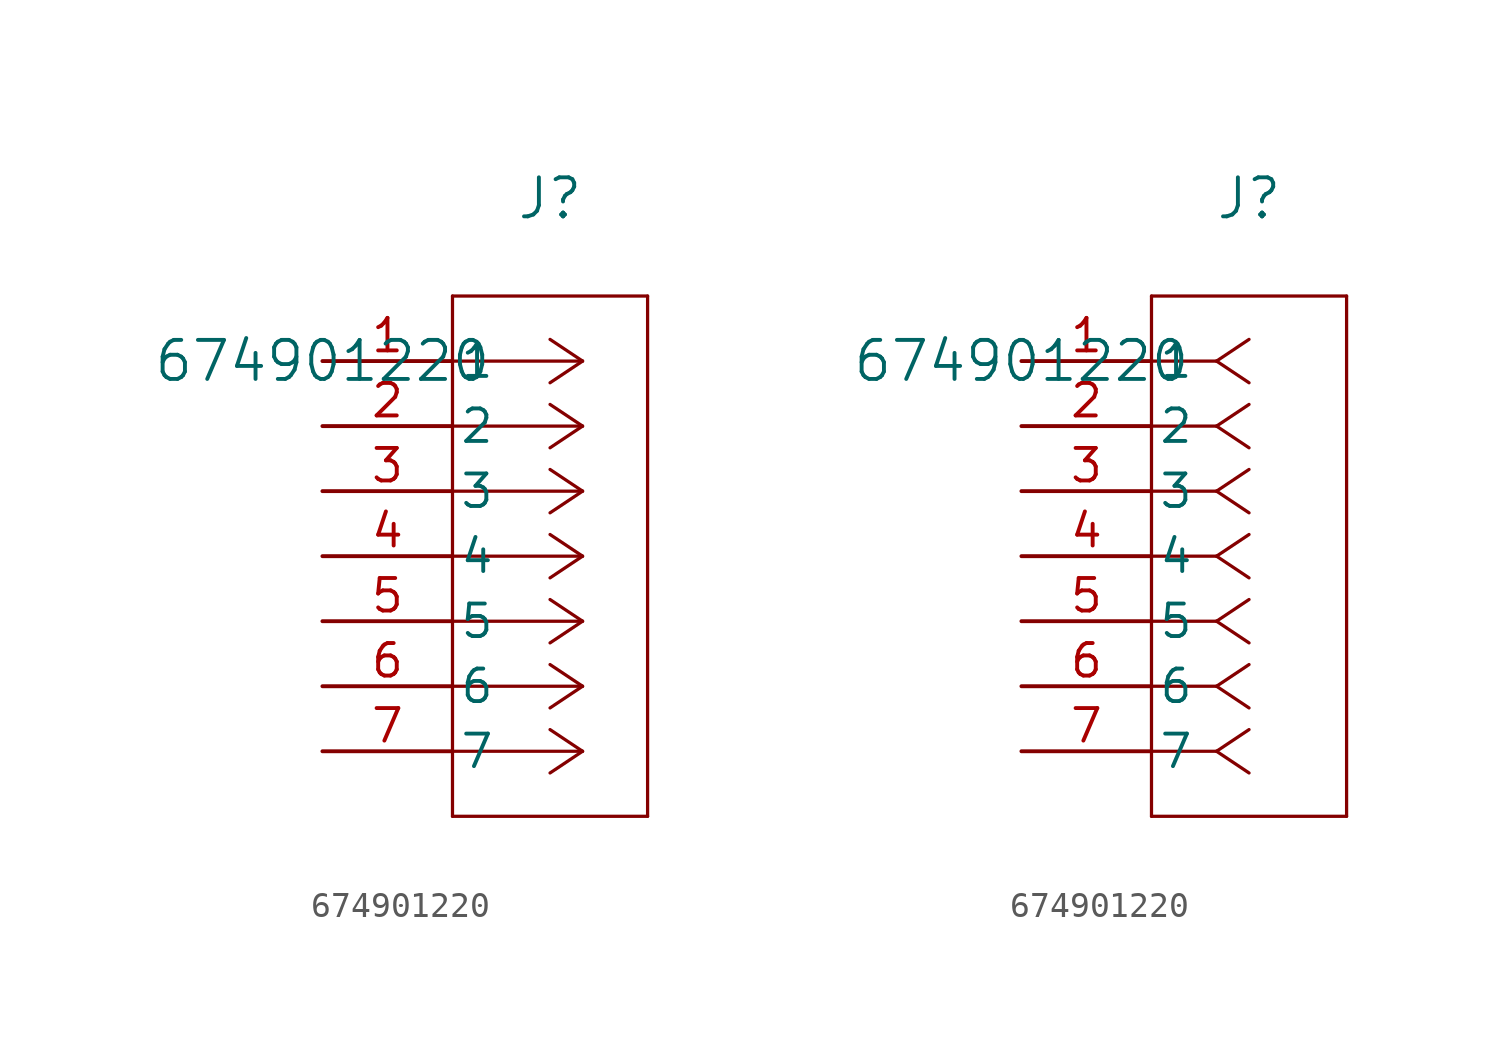
<source format=kicad_sym>
(kicad_symbol_lib
  (version 20211014)
  (generator kicad_symbol_editor)
  (symbol "674901220"
    (pin_names
      (offset 0.254))
    (property "Reference" "J"
      (at 8.89 6.35 0)
      (effects (font (size 1.524 1.524))))
    (property "Value" "674901220"
      (at 0 0 0)
      (effects (font (size 1.524 1.524))))
    (symbol "674901220_1_1"
      (polyline (pts (xy 10.16 0) (xy 5.08 0)) (stroke (width 0.127) (type default) (color 0 0 0 0)) (fill (type none)))
      (polyline (pts (xy 10.16 -2.54) (xy 5.08 -2.54)) (stroke (width 0.127) (type default) (color 0 0 0 0)) (fill (type none)))
      (polyline (pts (xy 10.16 -5.08) (xy 5.08 -5.08)) (stroke (width 0.127) (type default) (color 0 0 0 0)) (fill (type none)))
      (polyline (pts (xy 10.16 -7.62) (xy 5.08 -7.62)) (stroke (width 0.127) (type default) (color 0 0 0 0)) (fill (type none)))
      (polyline (pts (xy 10.16 -10.16) (xy 5.08 -10.16)) (stroke (width 0.127) (type default) (color 0 0 0 0)) (fill (type none)))
      (polyline (pts (xy 10.16 -12.7) (xy 5.08 -12.7)) (stroke (width 0.127) (type default) (color 0 0 0 0)) (fill (type none)))
      (polyline (pts (xy 10.16 -15.24) (xy 5.08 -15.24)) (stroke (width 0.127) (type default) (color 0 0 0 0)) (fill (type none)))
      (polyline (pts (xy 10.16 0) (xy 8.89 0.847)) (stroke (width 0.127) (type default) (color 0 0 0 0)) (fill (type none)))
      (polyline (pts (xy 10.16 -2.54) (xy 8.89 -1.693)) (stroke (width 0.127) (type default) (color 0 0 0 0)) (fill (type none)))
      (polyline (pts (xy 10.16 -5.08) (xy 8.89 -4.233)) (stroke (width 0.127) (type default) (color 0 0 0 0)) (fill (type none)))
      (polyline (pts (xy 10.16 -7.62) (xy 8.89 -6.773)) (stroke (width 0.127) (type default) (color 0 0 0 0)) (fill (type none)))
      (polyline (pts (xy 10.16 -10.16) (xy 8.89 -9.313)) (stroke (width 0.127) (type default) (color 0 0 0 0)) (fill (type none)))
      (polyline (pts (xy 10.16 -12.7) (xy 8.89 -11.853)) (stroke (width 0.127) (type default) (color 0 0 0 0)) (fill (type none)))
      (polyline (pts (xy 10.16 -15.24) (xy 8.89 -14.393)) (stroke (width 0.127) (type default) (color 0 0 0 0)) (fill (type none)))
      (polyline (pts (xy 10.16 0) (xy 8.89 -0.847)) (stroke (width 0.127) (type default) (color 0 0 0 0)) (fill (type none)))
      (polyline (pts (xy 10.16 -2.54) (xy 8.89 -3.387)) (stroke (width 0.127) (type default) (color 0 0 0 0)) (fill (type none)))
      (polyline (pts (xy 10.16 -5.08) (xy 8.89 -5.927)) (stroke (width 0.127) (type default) (color 0 0 0 0)) (fill (type none)))
      (polyline (pts (xy 10.16 -7.62) (xy 8.89 -8.467)) (stroke (width 0.127) (type default) (color 0 0 0 0)) (fill (type none)))
      (polyline (pts (xy 10.16 -10.16) (xy 8.89 -11.007)) (stroke (width 0.127) (type default) (color 0 0 0 0)) (fill (type none)))
      (polyline (pts (xy 10.16 -12.7) (xy 8.89 -13.547)) (stroke (width 0.127) (type default) (color 0 0 0 0)) (fill (type none)))
      (polyline (pts (xy 10.16 -15.24) (xy 8.89 -16.087)) (stroke (width 0.127) (type default) (color 0 0 0 0)) (fill (type none)))
      (polyline (pts (xy 5.08 2.54) (xy 5.08 -17.78)) (stroke (width 0.127) (type default) (color 0 0 0 0)) (fill (type none)))
      (polyline (pts (xy 5.08 -17.78) (xy 12.7 -17.78)) (stroke (width 0.127) (type default) (color 0 0 0 0)) (fill (type none)))
      (polyline (pts (xy 12.7 -17.78) (xy 12.7 2.54)) (stroke (width 0.127) (type default) (color 0 0 0 0)) (fill (type none)))
      (polyline (pts (xy 12.7 2.54) (xy 5.08 2.54)) (stroke (width 0.127) (type default) (color 0 0 0 0)) (fill (type none)))
      (pin unspecified line (at 0 0 0) (length 5.08) (name "1" (effects (font (size 1.27 1.27)))) (number "1" (effects (font (size 1.27 1.27)))))
      (pin unspecified line (at 0 -2.54 0) (length 5.08) (name "2" (effects (font (size 1.27 1.27)))) (number "2" (effects (font (size 1.27 1.27)))))
      (pin unspecified line (at 0 -5.08 0) (length 5.08) (name "3" (effects (font (size 1.27 1.27)))) (number "3" (effects (font (size 1.27 1.27)))))
      (pin unspecified line (at 0 -7.62 0) (length 5.08) (name "4" (effects (font (size 1.27 1.27)))) (number "4" (effects (font (size 1.27 1.27)))))
      (pin unspecified line (at 0 -10.16 0) (length 5.08) (name "5" (effects (font (size 1.27 1.27)))) (number "5" (effects (font (size 1.27 1.27)))))
      (pin unspecified line (at 0 -12.7 0) (length 5.08) (name "6" (effects (font (size 1.27 1.27)))) (number "6" (effects (font (size 1.27 1.27)))))
      (pin unspecified line (at 0 -15.24 0) (length 5.08) (name "7" (effects (font (size 1.27 1.27)))) (number "7" (effects (font (size 1.27 1.27))))))
    (symbol "674901220_1_2"
      (polyline (pts (xy 7.62 0) (xy 5.08 0)) (stroke (width 0.127) (type default) (color 0 0 0 0)) (fill (type none)))
      (polyline (pts (xy 7.62 -2.54) (xy 5.08 -2.54)) (stroke (width 0.127) (type default) (color 0 0 0 0)) (fill (type none)))
      (polyline (pts (xy 7.62 -5.08) (xy 5.08 -5.08)) (stroke (width 0.127) (type default) (color 0 0 0 0)) (fill (type none)))
      (polyline (pts (xy 7.62 -7.62) (xy 5.08 -7.62)) (stroke (width 0.127) (type default) (color 0 0 0 0)) (fill (type none)))
      (polyline (pts (xy 7.62 -10.16) (xy 5.08 -10.16)) (stroke (width 0.127) (type default) (color 0 0 0 0)) (fill (type none)))
      (polyline (pts (xy 7.62 -12.7) (xy 5.08 -12.7)) (stroke (width 0.127) (type default) (color 0 0 0 0)) (fill (type none)))
      (polyline (pts (xy 7.62 -15.24) (xy 5.08 -15.24)) (stroke (width 0.127) (type default) (color 0 0 0 0)) (fill (type none)))
      (polyline (pts (xy 7.62 0) (xy 8.89 0.847)) (stroke (width 0.127) (type default) (color 0 0 0 0)) (fill (type none)))
      (polyline (pts (xy 7.62 -2.54) (xy 8.89 -1.693)) (stroke (width 0.127) (type default) (color 0 0 0 0)) (fill (type none)))
      (polyline (pts (xy 7.62 -5.08) (xy 8.89 -4.233)) (stroke (width 0.127) (type default) (color 0 0 0 0)) (fill (type none)))
      (polyline (pts (xy 7.62 -7.62) (xy 8.89 -6.773)) (stroke (width 0.127) (type default) (color 0 0 0 0)) (fill (type none)))
      (polyline (pts (xy 7.62 -10.16) (xy 8.89 -9.313)) (stroke (width 0.127) (type default) (color 0 0 0 0)) (fill (type none)))
      (polyline (pts (xy 7.62 -12.7) (xy 8.89 -11.853)) (stroke (width 0.127) (type default) (color 0 0 0 0)) (fill (type none)))
      (polyline (pts (xy 7.62 -15.24) (xy 8.89 -14.393)) (stroke (width 0.127) (type default) (color 0 0 0 0)) (fill (type none)))
      (polyline (pts (xy 7.62 0) (xy 8.89 -0.847)) (stroke (width 0.127) (type default) (color 0 0 0 0)) (fill (type none)))
      (polyline (pts (xy 7.62 -2.54) (xy 8.89 -3.387)) (stroke (width 0.127) (type default) (color 0 0 0 0)) (fill (type none)))
      (polyline (pts (xy 7.62 -5.08) (xy 8.89 -5.927)) (stroke (width 0.127) (type default) (color 0 0 0 0)) (fill (type none)))
      (polyline (pts (xy 7.62 -7.62) (xy 8.89 -8.467)) (stroke (width 0.127) (type default) (color 0 0 0 0)) (fill (type none)))
      (polyline (pts (xy 7.62 -10.16) (xy 8.89 -11.007)) (stroke (width 0.127) (type default) (color 0 0 0 0)) (fill (type none)))
      (polyline (pts (xy 7.62 -12.7) (xy 8.89 -13.547)) (stroke (width 0.127) (type default) (color 0 0 0 0)) (fill (type none)))
      (polyline (pts (xy 7.62 -15.24) (xy 8.89 -16.087)) (stroke (width 0.127) (type default) (color 0 0 0 0)) (fill (type none)))
      (polyline (pts (xy 5.08 2.54) (xy 5.08 -17.78)) (stroke (width 0.127) (type default) (color 0 0 0 0)) (fill (type none)))
      (polyline (pts (xy 5.08 -17.78) (xy 12.7 -17.78)) (stroke (width 0.127) (type default) (color 0 0 0 0)) (fill (type none)))
      (polyline (pts (xy 12.7 -17.78) (xy 12.7 2.54)) (stroke (width 0.127) (type default) (color 0 0 0 0)) (fill (type none)))
      (polyline (pts (xy 12.7 2.54) (xy 5.08 2.54)) (stroke (width 0.127) (type default) (color 0 0 0 0)) (fill (type none)))
      (pin unspecified line (at 0 0 0) (length 5.08) (name "1" (effects (font (size 1.27 1.27)))) (number "1" (effects (font (size 1.27 1.27)))))
      (pin unspecified line (at 0 -2.54 0) (length 5.08) (name "2" (effects (font (size 1.27 1.27)))) (number "2" (effects (font (size 1.27 1.27)))))
      (pin unspecified line (at 0 -5.08 0) (length 5.08) (name "3" (effects (font (size 1.27 1.27)))) (number "3" (effects (font (size 1.27 1.27)))))
      (pin unspecified line (at 0 -7.62 0) (length 5.08) (name "4" (effects (font (size 1.27 1.27)))) (number "4" (effects (font (size 1.27 1.27)))))
      (pin unspecified line (at 0 -10.16 0) (length 5.08) (name "5" (effects (font (size 1.27 1.27)))) (number "5" (effects (font (size 1.27 1.27)))))
      (pin unspecified line (at 0 -12.7 0) (length 5.08) (name "6" (effects (font (size 1.27 1.27)))) (number "6" (effects (font (size 1.27 1.27)))))
      (pin unspecified line (at 0 -15.24 0) (length 5.08) (name "7" (effects (font (size 1.27 1.27)))) (number "7" (effects (font (size 1.27 1.27))))))))
</source>
